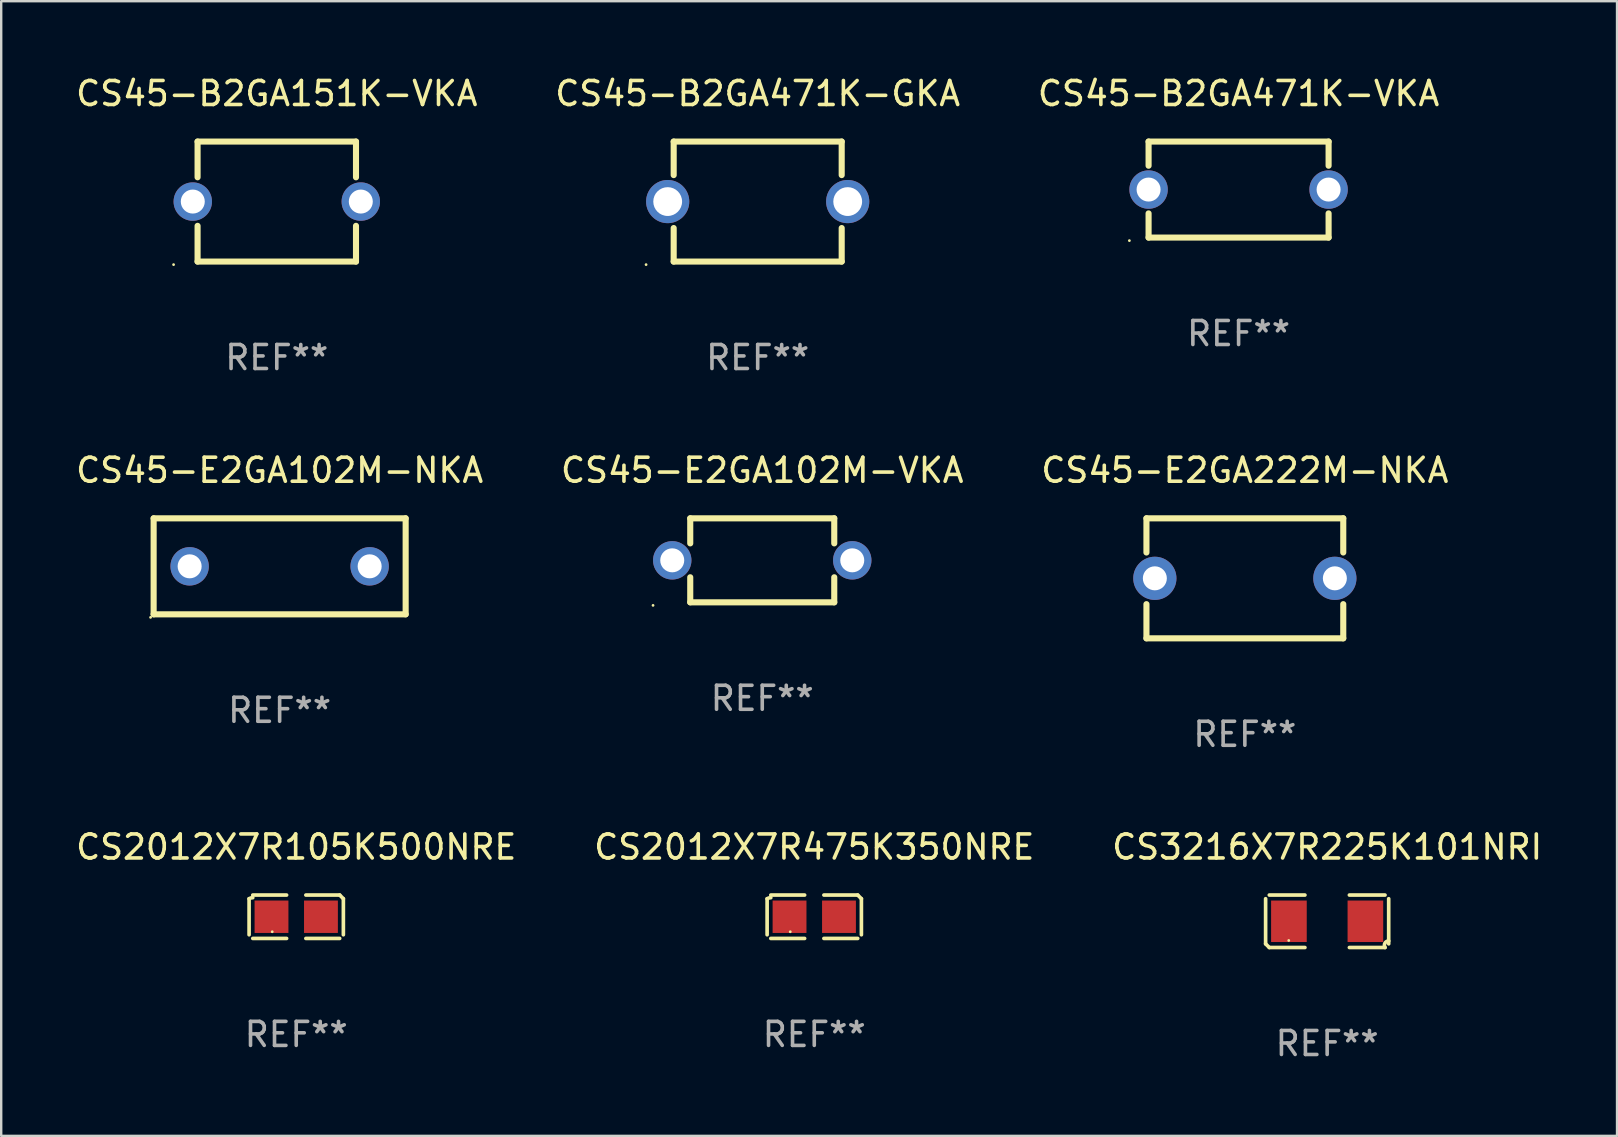
<source format=kicad_pcb>
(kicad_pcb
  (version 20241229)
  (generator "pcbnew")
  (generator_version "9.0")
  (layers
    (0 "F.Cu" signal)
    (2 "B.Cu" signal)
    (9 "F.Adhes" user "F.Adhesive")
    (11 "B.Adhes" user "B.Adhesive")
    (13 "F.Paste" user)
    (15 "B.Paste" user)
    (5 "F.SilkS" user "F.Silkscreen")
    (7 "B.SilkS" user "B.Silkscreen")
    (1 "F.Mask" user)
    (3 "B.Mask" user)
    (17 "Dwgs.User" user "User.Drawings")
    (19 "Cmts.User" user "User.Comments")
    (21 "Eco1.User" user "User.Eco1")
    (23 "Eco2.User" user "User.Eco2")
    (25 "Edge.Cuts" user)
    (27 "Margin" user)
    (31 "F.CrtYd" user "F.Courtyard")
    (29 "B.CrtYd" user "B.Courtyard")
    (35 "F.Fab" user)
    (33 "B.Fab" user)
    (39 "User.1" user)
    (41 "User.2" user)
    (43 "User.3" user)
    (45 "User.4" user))
  (footprint "CS45-B2GA471K-VKA"
    (layer "F.Cu")
    (at 48.554 4.848)
    (property "Reference" "CS45-B2GA471K-VKA" (at 0 -4 0) (layer "F.SilkS") (effects (font (size 1 1) (thickness 0.15))))
    (attr through_hole)
    (fp_line (start -3.75 -2) (end 3.75 -2) (stroke (width 0.254) (type solid)) (layer "F.SilkS"))
    (fp_line (start -3.75 -0.993) (end -3.75 -2) (stroke (width 0.254) (type solid)) (layer "F.SilkS"))
    (fp_line (start -3.75 2) (end -3.75 0.993) (stroke (width 0.254) (type solid)) (layer "F.SilkS"))
    (fp_line (start 3.75 -2) (end 3.75 -0.993) (stroke (width 0.254) (type solid)) (layer "F.SilkS"))
    (fp_line (start 3.75 0.993) (end 3.75 2) (stroke (width 0.254) (type solid)) (layer "F.SilkS"))
    (fp_line (start 3.75 2) (end -3.75 2) (stroke (width 0.254) (type solid)) (layer "F.SilkS"))
    (fp_circle (center -4.55 2.127) (end -4.52 2.127) (stroke (width 0.06) (type solid)) (fill no) (layer "F.SilkS"))
    (fp_text user "REF**" (at 0 6 0) (layer "F.Fab") (effects (font (size 1 1) (thickness 0.15))))
    (pad "1" thru_hole circle (at -3.75 0) (size 1.6 1.6) (drill 1) (layers "*.Cu" "*.Mask"))
    (pad "2" thru_hole circle (at 3.75 0) (size 1.6 1.6) (drill 1) (layers "*.Cu" "*.Mask")))
  (footprint "CS45-E2GA102M-NKA"
    (layer "F.Cu")
    (at 8.601 20.545)
    (property "Reference" "CS45-E2GA102M-NKA" (at 0 -4 0) (layer "F.SilkS") (effects (font (size 1 1) (thickness 0.15))))
    (attr through_hole)
    (fp_line (start -5.25 -2) (end 5.25 -2) (stroke (width 0.254) (type solid)) (layer "F.SilkS"))
    (fp_line (start -5.25 2) (end -5.25 -2) (stroke (width 0.254) (type solid)) (layer "F.SilkS"))
    (fp_line (start 5.25 -2) (end 5.25 2) (stroke (width 0.254) (type solid)) (layer "F.SilkS"))
    (fp_line (start 5.25 2) (end -5.25 2) (stroke (width 0.254) (type solid)) (layer "F.SilkS"))
    (fp_circle (center -5.377 2.127) (end -5.347 2.127) (stroke (width 0.06) (type solid)) (fill no) (layer "F.SilkS"))
    (fp_text user "REF**" (at 0 6 0) (layer "F.Fab") (effects (font (size 1 1) (thickness 0.15))))
    (pad "1" thru_hole circle (at -3.75 0) (size 1.6 1.6) (drill 1) (layers "*.Cu" "*.Mask"))
    (pad "2" thru_hole circle (at 3.75 0) (size 1.6 1.6) (drill 1) (layers "*.Cu" "*.Mask")))
  (footprint "CS3216X7R225K101NRI"
    (layer "F.Cu")
    (at 52.244 35.334)
    (property "Reference" "CS3216X7R225K101NRI" (at 0 -3.093 0) (layer "F.SilkS") (effects (font (size 1 1) (thickness 0.15))))
    (attr through_hole)
    (fp_line (start -2.564 0.94) (end -2.564 -0.94) (stroke (width 0.152) (type solid)) (layer "F.SilkS"))
    (fp_line (start -2.411 -1.093) (end -0.926 -1.093) (stroke (width 0.152) (type solid)) (layer "F.SilkS"))
    (fp_line (start -0.926 1.093) (end -2.411 1.093) (stroke (width 0.152) (type solid)) (layer "F.SilkS"))
    (fp_line (start 0.926 1.093) (end 2.411 1.093) (stroke (width 0.152) (type solid)) (layer "F.SilkS"))
    (fp_line (start 2.411 -1.093) (end 0.926 -1.093) (stroke (width 0.152) (type solid)) (layer "F.SilkS"))
    (fp_line (start 2.564 0.94) (end 2.564 -0.94) (stroke (width 0.152) (type solid)) (layer "F.SilkS"))
    (fp_arc (start -2.411201 1.092609) (mid -2.487413 1.01642) (end -2.563602 0.940208) (stroke (width 0.1524) (type solid)) (layer "F.SilkS"))
    (fp_arc (start 2.411201 1.092609) (mid 2.407159 0.911226) (end 2.563602 0.819347) (stroke (width 0.1524) (type solid)) (layer "F.SilkS"))
    (fp_circle (center -1.6 0.8) (end -1.57 0.8) (stroke (width 0.06) (type solid)) (fill no) (layer "F.SilkS"))
    (fp_text user "REF**" (at 0 5.093 0) (layer "F.Fab") (effects (font (size 1 1) (thickness 0.15))))
    (pad "1" smd rect (at -1.593 0) (size 1.485 1.728) (layers "F.Cu" "F.Mask" "F.Paste"))
    (pad "2" smd rect (at 1.593 0) (size 1.485 1.728) (layers "F.Cu" "F.Mask" "F.Paste")))
  (footprint "CS45-B2GA151K-VKA"
    (layer "F.Cu")
    (at 8.482 5.348)
    (property "Reference" "CS45-B2GA151K-VKA" (at 0 -4.5 0) (layer "F.SilkS") (effects (font (size 1 1) (thickness 0.15))))
    (attr through_hole)
    (fp_line (start -3.3 -2.5) (end -3.3 -1.012) (stroke (width 0.254) (type solid)) (layer "F.SilkS"))
    (fp_line (start -3.3 -2.5) (end 3.3 -2.5) (stroke (width 0.254) (type solid)) (layer "F.SilkS"))
    (fp_line (start -3.3 1.012) (end -3.3 2.5) (stroke (width 0.254) (type solid)) (layer "F.SilkS"))
    (fp_line (start 3.3 -2.5) (end 3.3 -1.011) (stroke (width 0.254) (type solid)) (layer "F.SilkS"))
    (fp_line (start 3.3 1.011) (end 3.3 2.5) (stroke (width 0.254) (type solid)) (layer "F.SilkS"))
    (fp_line (start 3.3 2.5) (end -3.3 2.5) (stroke (width 0.254) (type solid)) (layer "F.SilkS"))
    (fp_circle (center -4.3 2.627) (end -4.27 2.627) (stroke (width 0.06) (type solid)) (fill no) (layer "F.SilkS"))
    (fp_text user "REF**" (at 0 6.5 0) (layer "F.Fab") (effects (font (size 1 1) (thickness 0.15))))
    (pad "1" thru_hole circle (at -3.5 0) (size 1.6 1.6) (drill 1) (layers "*.Cu" "*.Mask"))
    (pad "2" thru_hole circle (at 3.5 0) (size 1.6 1.6) (drill 1) (layers "*.Cu" "*.Mask")))
  (footprint "CS45-B2GA471K-GKA"
    (layer "F.Cu")
    (at 28.518 5.348)
    (property "Reference" "CS45-B2GA471K-GKA" (at 0 -4.5 0) (layer "F.SilkS") (effects (font (size 1 1) (thickness 0.15))))
    (attr through_hole)
    (fp_line (start -3.5 -2.5) (end -3.5 -1.103) (stroke (width 0.254) (type solid)) (layer "F.SilkS"))
    (fp_line (start -3.5 -2.5) (end 3.5 -2.5) (stroke (width 0.254) (type solid)) (layer "F.SilkS"))
    (fp_line (start -3.5 1.103) (end -3.5 2.5) (stroke (width 0.254) (type solid)) (layer "F.SilkS"))
    (fp_line (start 3.5 -2.5) (end 3.5 -1.103) (stroke (width 0.254) (type solid)) (layer "F.SilkS"))
    (fp_line (start 3.5 1.103) (end 3.5 2.5) (stroke (width 0.254) (type solid)) (layer "F.SilkS"))
    (fp_line (start 3.5 2.5) (end -3.5 2.5) (stroke (width 0.254) (type solid)) (layer "F.SilkS"))
    (fp_circle (center -4.65 2.627) (end -4.62 2.627) (stroke (width 0.06) (type solid)) (fill no) (layer "F.SilkS"))
    (fp_text user "REF**" (at 0 6.5 0) (layer "F.Fab") (effects (font (size 1 1) (thickness 0.15))))
    (pad "1" thru_hole circle (at -3.75 0) (size 1.8 1.8) (drill 1.2) (layers "*.Cu" "*.Mask"))
    (pad "2" thru_hole circle (at 3.75 0) (size 1.8 1.8) (drill 1.2) (layers "*.Cu" "*.Mask")))
  (footprint "CS45-E2GA102M-VKA"
    (layer "F.Cu")
    (at 28.708 20.295)
    (property "Reference" "CS45-E2GA102M-VKA" (at 0 -3.75 0) (layer "F.SilkS") (effects (font (size 1 1) (thickness 0.15))))
    (attr through_hole)
    (fp_line (start -3 -1.75) (end -3 -0.706) (stroke (width 0.254) (type solid)) (layer "F.SilkS"))
    (fp_line (start -3 -1.75) (end 3 -1.75) (stroke (width 0.254) (type solid)) (layer "F.SilkS"))
    (fp_line (start -3 0.706) (end -3 1.75) (stroke (width 0.254) (type solid)) (layer "F.SilkS"))
    (fp_line (start 3 -1.75) (end 3 -0.706) (stroke (width 0.254) (type solid)) (layer "F.SilkS"))
    (fp_line (start 3 0.706) (end 3 1.75) (stroke (width 0.254) (type solid)) (layer "F.SilkS"))
    (fp_line (start 3 1.75) (end -3 1.75) (stroke (width 0.254) (type solid)) (layer "F.SilkS"))
    (fp_circle (center -4.55 1.877) (end -4.52 1.877) (stroke (width 0.06) (type solid)) (fill no) (layer "F.SilkS"))
    (fp_text user "REF**" (at 0 5.75 0) (layer "F.Fab") (effects (font (size 1 1) (thickness 0.15))))
    (pad "1" thru_hole circle (at -3.75 -0.000025) (size 1.6 1.6) (drill 1) (layers "*.Cu" "*.Mask"))
    (pad "2" thru_hole circle (at 3.75 -0.000025) (size 1.6 1.6) (drill 1) (layers "*.Cu" "*.Mask")))
  (footprint "CS2012X7R475K350NRE"
    (layer "F.Cu")
    (at 30.875 35.145)
    (property "Reference" "CS2012X7R475K350NRE" (at 0 -2.904 0) (layer "F.SilkS") (effects (font (size 1 1) (thickness 0.15))))
    (attr through_hole)
    (fp_line (start -1.964 0.751) (end -1.964 -0.751) (stroke (width 0.152) (type solid)) (layer "F.SilkS"))
    (fp_line (start -1.811 -0.904) (end -0.401 -0.904) (stroke (width 0.152) (type solid)) (layer "F.SilkS"))
    (fp_line (start -0.401 0.904) (end -1.811 0.904) (stroke (width 0.152) (type solid)) (layer "F.SilkS"))
    (fp_line (start 0.401 0.904) (end 1.811 0.904) (stroke (width 0.152) (type solid)) (layer "F.SilkS"))
    (fp_line (start 1.811 -0.904) (end 0.401 -0.904) (stroke (width 0.152) (type solid)) (layer "F.SilkS"))
    (fp_line (start 1.964 0.751) (end 1.964 -0.751) (stroke (width 0.152) (type solid)) (layer "F.SilkS"))
    (fp_arc (start -1.963602 -0.751207) (mid -1.890354 -0.783131) (end -1.811201 -0.794044) (stroke (width 0.1524) (type solid)) (layer "F.SilkS"))
    (fp_arc (start 1.811202 -0.903607) (mid 1.887413 -0.827418) (end 1.963602 -0.751207) (stroke (width 0.1524) (type solid)) (layer "F.SilkS"))
    (fp_circle (center -1 0.625) (end -0.97 0.625) (stroke (width 0.06) (type solid)) (fill no) (layer "F.SilkS"))
    (fp_text user "REF**" (at 0 4.904 0) (layer "F.Fab") (effects (font (size 1 1) (thickness 0.15))))
    (pad "1" smd rect (at -1.03 0) (size 1.41 1.35) (layers "F.Cu" "F.Mask" "F.Paste"))
    (pad "2" smd rect (at 1.03 0) (size 1.41 1.35) (layers "F.Cu" "F.Mask" "F.Paste")))
  (footprint "CS2012X7R105K500NRE"
    (layer "F.Cu")
    (at 9.292 35.145)
    (property "Reference" "CS2012X7R105K500NRE" (at 0 -2.904 0) (layer "F.SilkS") (effects (font (size 1 1) (thickness 0.15))))
    (attr through_hole)
    (fp_line (start -1.964 0.751) (end -1.964 -0.751) (stroke (width 0.152) (type solid)) (layer "F.SilkS"))
    (fp_line (start -1.811 -0.904) (end -0.401 -0.904) (stroke (width 0.152) (type solid)) (layer "F.SilkS"))
    (fp_line (start -0.401 0.904) (end -1.811 0.904) (stroke (width 0.152) (type solid)) (layer "F.SilkS"))
    (fp_line (start 0.401 0.904) (end 1.811 0.904) (stroke (width 0.152) (type solid)) (layer "F.SilkS"))
    (fp_line (start 1.811 -0.904) (end 0.401 -0.904) (stroke (width 0.152) (type solid)) (layer "F.SilkS"))
    (fp_line (start 1.964 0.751) (end 1.964 -0.751) (stroke (width 0.152) (type solid)) (layer "F.SilkS"))
    (fp_arc (start -1.963602 -0.751207) (mid -1.890354 -0.783131) (end -1.811201 -0.794044) (stroke (width 0.1524) (type solid)) (layer "F.SilkS"))
    (fp_arc (start 1.811202 -0.903607) (mid 1.887413 -0.827418) (end 1.963602 -0.751207) (stroke (width 0.1524) (type solid)) (layer "F.SilkS"))
    (fp_circle (center -1 0.625) (end -0.97 0.625) (stroke (width 0.06) (type solid)) (fill no) (layer "F.SilkS"))
    (fp_text user "REF**" (at 0 4.904 0) (layer "F.Fab") (effects (font (size 1 1) (thickness 0.15))))
    (pad "1" smd rect (at -1.03 0) (size 1.41 1.35) (layers "F.Cu" "F.Mask" "F.Paste"))
    (pad "2" smd rect (at 1.03 0) (size 1.41 1.35) (layers "F.Cu" "F.Mask" "F.Paste")))
  (footprint "CS45-E2GA222M-NKA"
    (layer "F.Cu")
    (at 48.815 21.045)
    (property "Reference" "CS45-E2GA222M-NKA" (at 0 -4.5 0) (layer "F.SilkS") (effects (font (size 1 1) (thickness 0.15))))
    (attr through_hole)
    (fp_line (start -4.1 -2.5) (end -4.1 -1.076) (stroke (width 0.254) (type solid)) (layer "F.SilkS"))
    (fp_line (start -4.1 -2.5) (end 4.1 -2.5) (stroke (width 0.254) (type solid)) (layer "F.SilkS"))
    (fp_line (start -4.1 1.076) (end -4.1 2.5) (stroke (width 0.254) (type solid)) (layer "F.SilkS"))
    (fp_line (start -4.1 2.5) (end 4.1 2.5) (stroke (width 0.254) (type solid)) (layer "F.SilkS"))
    (fp_line (start 4.1 -2.5) (end 4.1 -1.076) (stroke (width 0.254) (type solid)) (layer "F.SilkS"))
    (fp_line (start 4.1 1.076) (end 4.1 2.5) (stroke (width 0.254) (type solid)) (layer "F.SilkS"))
    (fp_circle (center -4.1 2.5) (end -4.07 2.5) (stroke (width 0.06) (type solid)) (fill no) (layer "F.SilkS"))
    (fp_text user "REF**" (at 0 6.5 0) (layer "F.Fab") (effects (font (size 1 1) (thickness 0.15))))
    (pad "1" thru_hole circle (at -3.75 0) (size 1.8 1.8) (drill 1) (layers "*.Cu" "*.Mask"))
    (pad "2" thru_hole circle (at 3.75 0) (size 1.8 1.8) (drill 1) (layers "*.Cu" "*.Mask")))
  (gr_rect
    (start -3 -3)
    (end 64.321 44.275)
    (stroke (width 0.1) (type default))
    (fill no)
    (layer "Edge.Cuts")))
</source>
